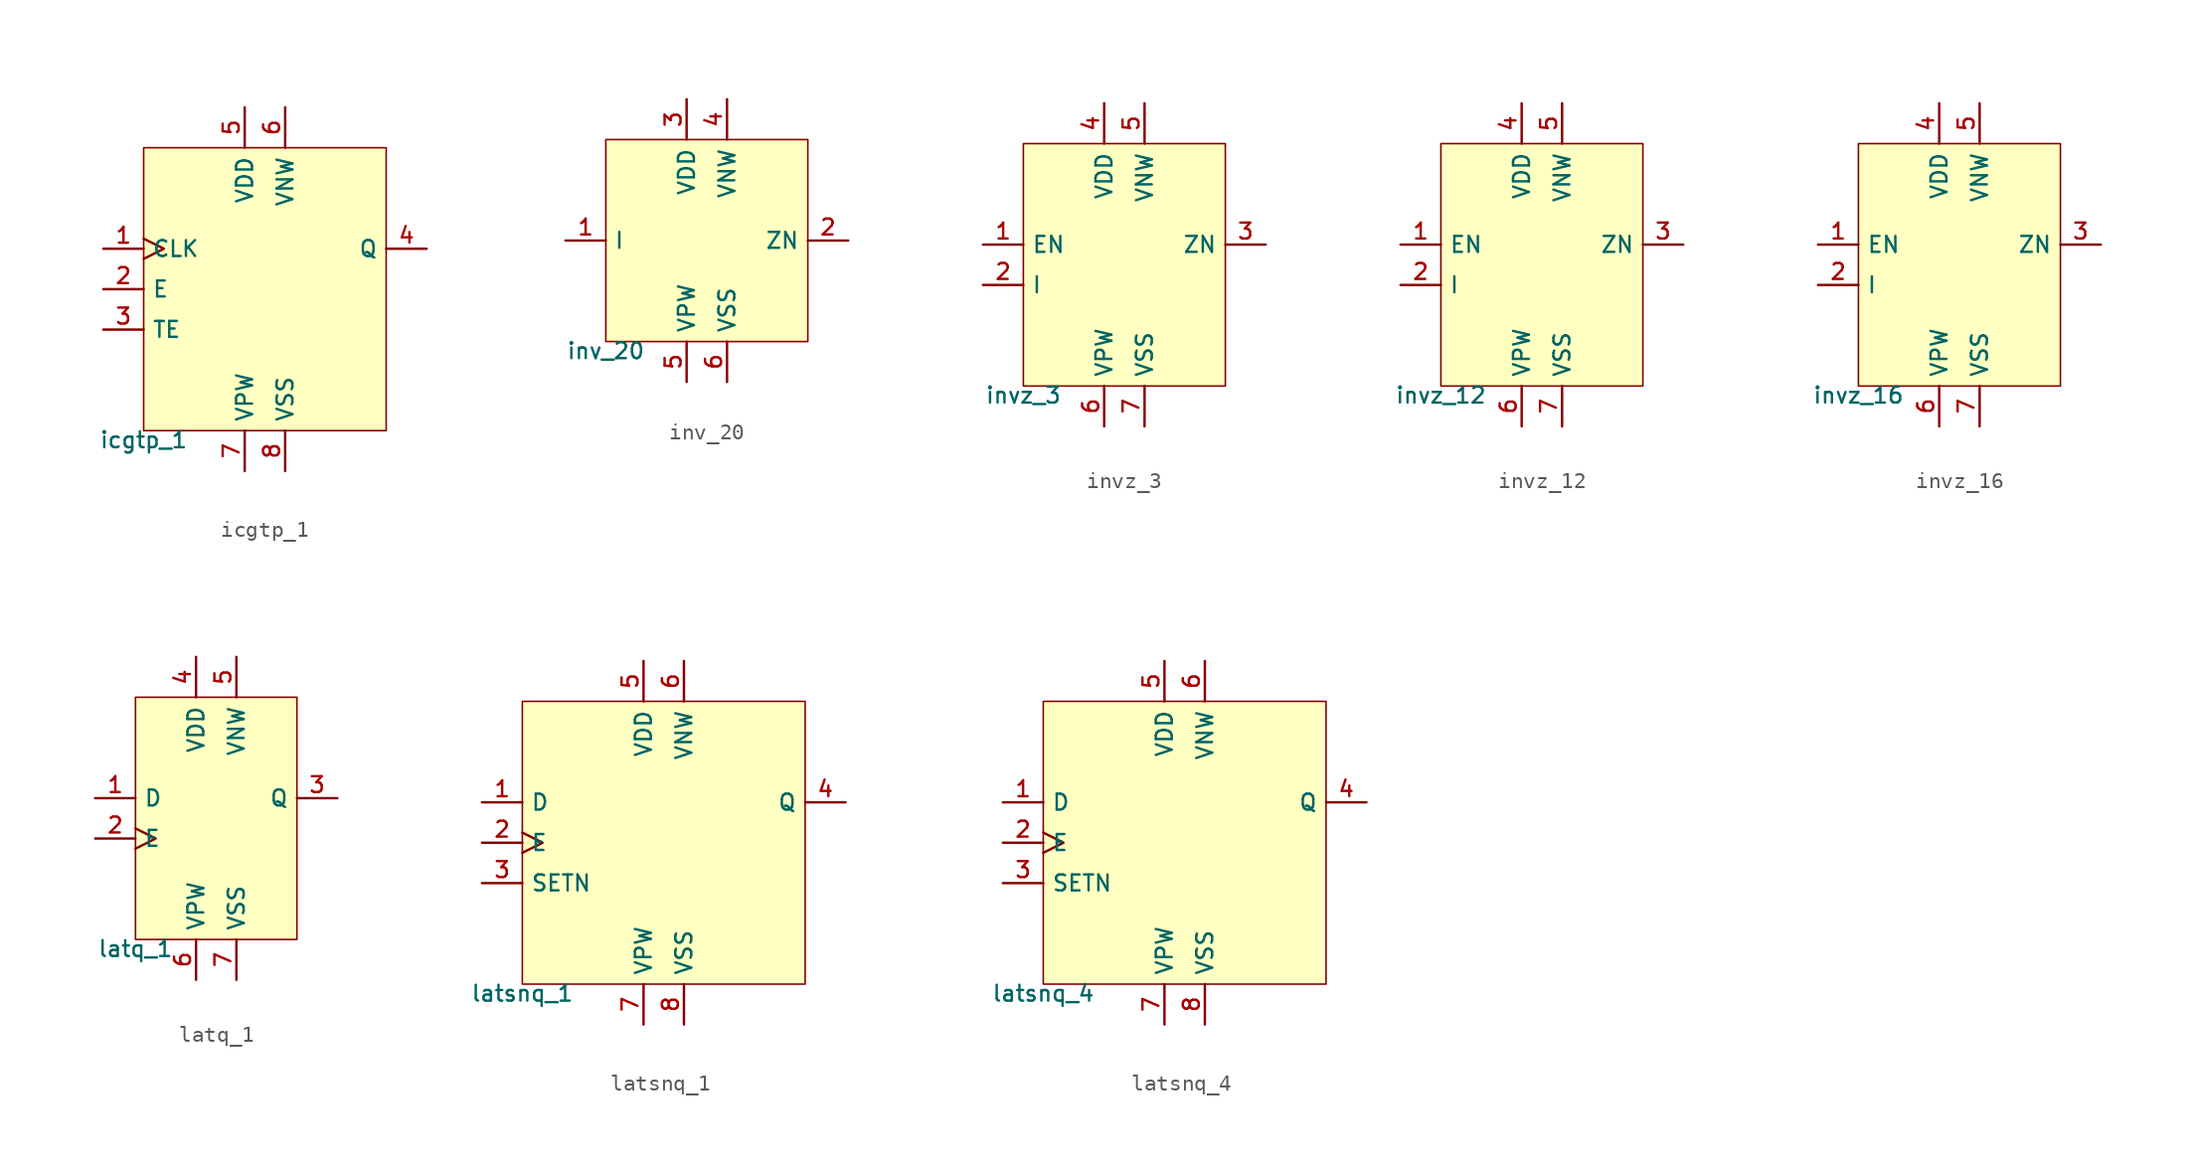
<source format=kicad_sym>
(kicad_symbol_lib
  (version 20211014)
  (generator pdk2kicad)
  (symbol "icgtp_1"
    (property "Reference" "X"
      (at 0 0 0)
      (effects (font (size 1 1)) hide))
    (property "Value" "icgtp_1"
      (at -7.62 -8.89 0)
      (effects (font (size 1 1)) (justify top)))
    (rectangle
      (start -7.62 -8.89)
      (end 7.62 8.89)
      (stroke (width 0.1) (type solid) (color 0 0 0 0))
      (fill (type background)))
    (pin input clock
      (at -10.16 2.54 0)
      (length 2.54)
      (name "CLK" (effects (font (size 1 1)) hide))
      (number "1" (effects (font (size 1 1)) hide)))
    (pin input line
      (at -10.16 4.440892098500626e-16 0)
      (length 2.54)
      (name "E" (effects (font (size 1 1)) hide))
      (number "2" (effects (font (size 1 1)) hide)))
    (pin input line
      (at -10.16 -2.54 0)
      (length 2.54)
      (name "TE" (effects (font (size 1 1)) hide))
      (number "3" (effects (font (size 1 1)) hide)))
    (pin output line
      (at 10.16 2.54 180)
      (length 2.54)
      (name "Q" (effects (font (size 1 1)) hide))
      (number "4" (effects (font (size 1 1)) hide)))
    (pin power_in line
      (at -1.27 11.43 270)
      (length 2.54)
      (name "VDD" (effects (font (size 1 1)) hide))
      (number "5" (effects (font (size 1 1)) hide)))
    (pin power_in line
      (at 1.27 11.43 270)
      (length 2.54)
      (name "VNW" (effects (font (size 1 1)) hide))
      (number "6" (effects (font (size 1 1)) hide)))
    (pin power_in line
      (at -1.27 -11.43 90)
      (length 2.54)
      (name "VPW" (effects (font (size 1 1)) hide))
      (number "7" (effects (font (size 1 1)) hide)))
    (pin power_in line
      (at 1.27 -11.43 90)
      (length 2.54)
      (name "VSS" (effects (font (size 1 1)) hide))
      (number "8" (effects (font (size 1 1)) hide))))
  (symbol "inv_20"
    (property "Reference" "X"
      (at 0 0 0)
      (effects (font (size 1 1)) hide))
    (property "Value" "inv_20"
      (at -6.35 -6.35 0)
      (effects (font (size 1 1)) (justify top)))
    (rectangle
      (start -6.35 -6.35)
      (end 6.35 6.35)
      (stroke (width 0.1) (type solid) (color 0 0 0 0))
      (fill (type background)))
    (pin input line
      (at -8.89 -4.440892098500626e-16 0)
      (length 2.54)
      (name "I" (effects (font (size 1 1)) hide))
      (number "1" (effects (font (size 1 1)) hide)))
    (pin output line
      (at 8.89 -4.440892098500626e-16 180)
      (length 2.54)
      (name "ZN" (effects (font (size 1 1)) hide))
      (number "2" (effects (font (size 1 1)) hide)))
    (pin power_in line
      (at -1.27 8.89 270)
      (length 2.54)
      (name "VDD" (effects (font (size 1 1)) hide))
      (number "3" (effects (font (size 1 1)) hide)))
    (pin power_in line
      (at 1.27 8.89 270)
      (length 2.54)
      (name "VNW" (effects (font (size 1 1)) hide))
      (number "4" (effects (font (size 1 1)) hide)))
    (pin power_in line
      (at -1.27 -8.89 90)
      (length 2.54)
      (name "VPW" (effects (font (size 1 1)) hide))
      (number "5" (effects (font (size 1 1)) hide)))
    (pin power_in line
      (at 1.27 -8.89 90)
      (length 2.54)
      (name "VSS" (effects (font (size 1 1)) hide))
      (number "6" (effects (font (size 1 1)) hide))))
  (symbol "invz_3"
    (property "Reference" "X"
      (at 0 0 0)
      (effects (font (size 1 1)) hide))
    (property "Value" "invz_3"
      (at -6.35 -7.62 0)
      (effects (font (size 1 1)) (justify top)))
    (rectangle
      (start -6.35 -7.62)
      (end 6.35 7.62)
      (stroke (width 0.1) (type solid) (color 0 0 0 0))
      (fill (type background)))
    (pin input line
      (at -8.89 1.27 0)
      (length 2.54)
      (name "EN" (effects (font (size 1 1)) hide))
      (number "1" (effects (font (size 1 1)) hide)))
    (pin input line
      (at -8.89 -1.27 0)
      (length 2.54)
      (name "I" (effects (font (size 1 1)) hide))
      (number "2" (effects (font (size 1 1)) hide)))
    (pin output line
      (at 8.89 1.27 180)
      (length 2.54)
      (name "ZN" (effects (font (size 1 1)) hide))
      (number "3" (effects (font (size 1 1)) hide)))
    (pin power_in line
      (at -1.27 10.16 270)
      (length 2.54)
      (name "VDD" (effects (font (size 1 1)) hide))
      (number "4" (effects (font (size 1 1)) hide)))
    (pin power_in line
      (at 1.27 10.16 270)
      (length 2.54)
      (name "VNW" (effects (font (size 1 1)) hide))
      (number "5" (effects (font (size 1 1)) hide)))
    (pin power_in line
      (at -1.27 -10.16 90)
      (length 2.54)
      (name "VPW" (effects (font (size 1 1)) hide))
      (number "6" (effects (font (size 1 1)) hide)))
    (pin power_in line
      (at 1.27 -10.16 90)
      (length 2.54)
      (name "VSS" (effects (font (size 1 1)) hide))
      (number "7" (effects (font (size 1 1)) hide))))
  (symbol "invz_12"
    (property "Reference" "X"
      (at 0 0 0)
      (effects (font (size 1 1)) hide))
    (property "Value" "invz_12"
      (at -6.35 -7.62 0)
      (effects (font (size 1 1)) (justify top)))
    (rectangle
      (start -6.35 -7.62)
      (end 6.35 7.62)
      (stroke (width 0.1) (type solid) (color 0 0 0 0))
      (fill (type background)))
    (pin input line
      (at -8.89 1.27 0)
      (length 2.54)
      (name "EN" (effects (font (size 1 1)) hide))
      (number "1" (effects (font (size 1 1)) hide)))
    (pin input line
      (at -8.89 -1.27 0)
      (length 2.54)
      (name "I" (effects (font (size 1 1)) hide))
      (number "2" (effects (font (size 1 1)) hide)))
    (pin output line
      (at 8.89 1.27 180)
      (length 2.54)
      (name "ZN" (effects (font (size 1 1)) hide))
      (number "3" (effects (font (size 1 1)) hide)))
    (pin power_in line
      (at -1.27 10.16 270)
      (length 2.54)
      (name "VDD" (effects (font (size 1 1)) hide))
      (number "4" (effects (font (size 1 1)) hide)))
    (pin power_in line
      (at 1.27 10.16 270)
      (length 2.54)
      (name "VNW" (effects (font (size 1 1)) hide))
      (number "5" (effects (font (size 1 1)) hide)))
    (pin power_in line
      (at -1.27 -10.16 90)
      (length 2.54)
      (name "VPW" (effects (font (size 1 1)) hide))
      (number "6" (effects (font (size 1 1)) hide)))
    (pin power_in line
      (at 1.27 -10.16 90)
      (length 2.54)
      (name "VSS" (effects (font (size 1 1)) hide))
      (number "7" (effects (font (size 1 1)) hide))))
  (symbol "invz_16"
    (property "Reference" "X"
      (at 0 0 0)
      (effects (font (size 1 1)) hide))
    (property "Value" "invz_16"
      (at -6.35 -7.62 0)
      (effects (font (size 1 1)) (justify top)))
    (rectangle
      (start -6.35 -7.62)
      (end 6.35 7.62)
      (stroke (width 0.1) (type solid) (color 0 0 0 0))
      (fill (type background)))
    (pin input line
      (at -8.89 1.27 0)
      (length 2.54)
      (name "EN" (effects (font (size 1 1)) hide))
      (number "1" (effects (font (size 1 1)) hide)))
    (pin input line
      (at -8.89 -1.27 0)
      (length 2.54)
      (name "I" (effects (font (size 1 1)) hide))
      (number "2" (effects (font (size 1 1)) hide)))
    (pin output line
      (at 8.89 1.27 180)
      (length 2.54)
      (name "ZN" (effects (font (size 1 1)) hide))
      (number "3" (effects (font (size 1 1)) hide)))
    (pin power_in line
      (at -1.27 10.16 270)
      (length 2.54)
      (name "VDD" (effects (font (size 1 1)) hide))
      (number "4" (effects (font (size 1 1)) hide)))
    (pin power_in line
      (at 1.27 10.16 270)
      (length 2.54)
      (name "VNW" (effects (font (size 1 1)) hide))
      (number "5" (effects (font (size 1 1)) hide)))
    (pin power_in line
      (at -1.27 -10.16 90)
      (length 2.54)
      (name "VPW" (effects (font (size 1 1)) hide))
      (number "6" (effects (font (size 1 1)) hide)))
    (pin power_in line
      (at 1.27 -10.16 90)
      (length 2.54)
      (name "VSS" (effects (font (size 1 1)) hide))
      (number "7" (effects (font (size 1 1)) hide))))
  (symbol "latq_1"
    (property "Reference" "X"
      (at 0 0 0)
      (effects (font (size 1 1)) hide))
    (property "Value" "latq_1"
      (at -5.08 -7.62 0)
      (effects (font (size 1 1)) (justify top)))
    (rectangle
      (start -5.08 -7.62)
      (end 5.08 7.62)
      (stroke (width 0.1) (type solid) (color 0 0 0 0))
      (fill (type background)))
    (pin input line
      (at -7.62 1.27 0)
      (length 2.54)
      (name "D" (effects (font (size 1 1)) hide))
      (number "1" (effects (font (size 1 1)) hide)))
    (pin input clock
      (at -7.62 -1.27 0)
      (length 2.54)
      (name "E" (effects (font (size 1 1)) hide))
      (number "2" (effects (font (size 1 1)) hide)))
    (pin output line
      (at 7.62 1.27 180)
      (length 2.54)
      (name "Q" (effects (font (size 1 1)) hide))
      (number "3" (effects (font (size 1 1)) hide)))
    (pin power_in line
      (at -1.27 10.16 270)
      (length 2.54)
      (name "VDD" (effects (font (size 1 1)) hide))
      (number "4" (effects (font (size 1 1)) hide)))
    (pin power_in line
      (at 1.27 10.16 270)
      (length 2.54)
      (name "VNW" (effects (font (size 1 1)) hide))
      (number "5" (effects (font (size 1 1)) hide)))
    (pin power_in line
      (at -1.27 -10.16 90)
      (length 2.54)
      (name "VPW" (effects (font (size 1 1)) hide))
      (number "6" (effects (font (size 1 1)) hide)))
    (pin power_in line
      (at 1.27 -10.16 90)
      (length 2.54)
      (name "VSS" (effects (font (size 1 1)) hide))
      (number "7" (effects (font (size 1 1)) hide))))
  (symbol "latsnq_1"
    (property "Reference" "X"
      (at 0 0 0)
      (effects (font (size 1 1)) hide))
    (property "Value" "latsnq_1"
      (at -8.89 -8.89 0)
      (effects (font (size 1 1)) (justify top)))
    (rectangle
      (start -8.89 -8.89)
      (end 8.89 8.89)
      (stroke (width 0.1) (type solid) (color 0 0 0 0))
      (fill (type background)))
    (pin input line
      (at -11.43 2.54 0)
      (length 2.54)
      (name "D" (effects (font (size 1 1)) hide))
      (number "1" (effects (font (size 1 1)) hide)))
    (pin input clock
      (at -11.43 4.440892098500626e-16 0)
      (length 2.54)
      (name "E" (effects (font (size 1 1)) hide))
      (number "2" (effects (font (size 1 1)) hide)))
    (pin input line
      (at -11.43 -2.54 0)
      (length 2.54)
      (name "SETN" (effects (font (size 1 1)) hide))
      (number "3" (effects (font (size 1 1)) hide)))
    (pin output line
      (at 11.43 2.54 180)
      (length 2.54)
      (name "Q" (effects (font (size 1 1)) hide))
      (number "4" (effects (font (size 1 1)) hide)))
    (pin power_in line
      (at -1.27 11.43 270)
      (length 2.54)
      (name "VDD" (effects (font (size 1 1)) hide))
      (number "5" (effects (font (size 1 1)) hide)))
    (pin power_in line
      (at 1.27 11.43 270)
      (length 2.54)
      (name "VNW" (effects (font (size 1 1)) hide))
      (number "6" (effects (font (size 1 1)) hide)))
    (pin power_in line
      (at -1.27 -11.43 90)
      (length 2.54)
      (name "VPW" (effects (font (size 1 1)) hide))
      (number "7" (effects (font (size 1 1)) hide)))
    (pin power_in line
      (at 1.27 -11.43 90)
      (length 2.54)
      (name "VSS" (effects (font (size 1 1)) hide))
      (number "8" (effects (font (size 1 1)) hide))))
  (symbol "latsnq_4"
    (property "Reference" "X"
      (at 0 0 0)
      (effects (font (size 1 1)) hide))
    (property "Value" "latsnq_4"
      (at -8.89 -8.89 0)
      (effects (font (size 1 1)) (justify top)))
    (rectangle
      (start -8.89 -8.89)
      (end 8.89 8.89)
      (stroke (width 0.1) (type solid) (color 0 0 0 0))
      (fill (type background)))
    (pin input line
      (at -11.43 2.54 0)
      (length 2.54)
      (name "D" (effects (font (size 1 1)) hide))
      (number "1" (effects (font (size 1 1)) hide)))
    (pin input clock
      (at -11.43 4.440892098500626e-16 0)
      (length 2.54)
      (name "E" (effects (font (size 1 1)) hide))
      (number "2" (effects (font (size 1 1)) hide)))
    (pin input line
      (at -11.43 -2.54 0)
      (length 2.54)
      (name "SETN" (effects (font (size 1 1)) hide))
      (number "3" (effects (font (size 1 1)) hide)))
    (pin output line
      (at 11.43 2.54 180)
      (length 2.54)
      (name "Q" (effects (font (size 1 1)) hide))
      (number "4" (effects (font (size 1 1)) hide)))
    (pin power_in line
      (at -1.27 11.43 270)
      (length 2.54)
      (name "VDD" (effects (font (size 1 1)) hide))
      (number "5" (effects (font (size 1 1)) hide)))
    (pin power_in line
      (at 1.27 11.43 270)
      (length 2.54)
      (name "VNW" (effects (font (size 1 1)) hide))
      (number "6" (effects (font (size 1 1)) hide)))
    (pin power_in line
      (at -1.27 -11.43 90)
      (length 2.54)
      (name "VPW" (effects (font (size 1 1)) hide))
      (number "7" (effects (font (size 1 1)) hide)))
    (pin power_in line
      (at 1.27 -11.43 90)
      (length 2.54)
      (name "VSS" (effects (font (size 1 1)) hide))
      (number "8" (effects (font (size 1 1)) hide)))))
</source>
